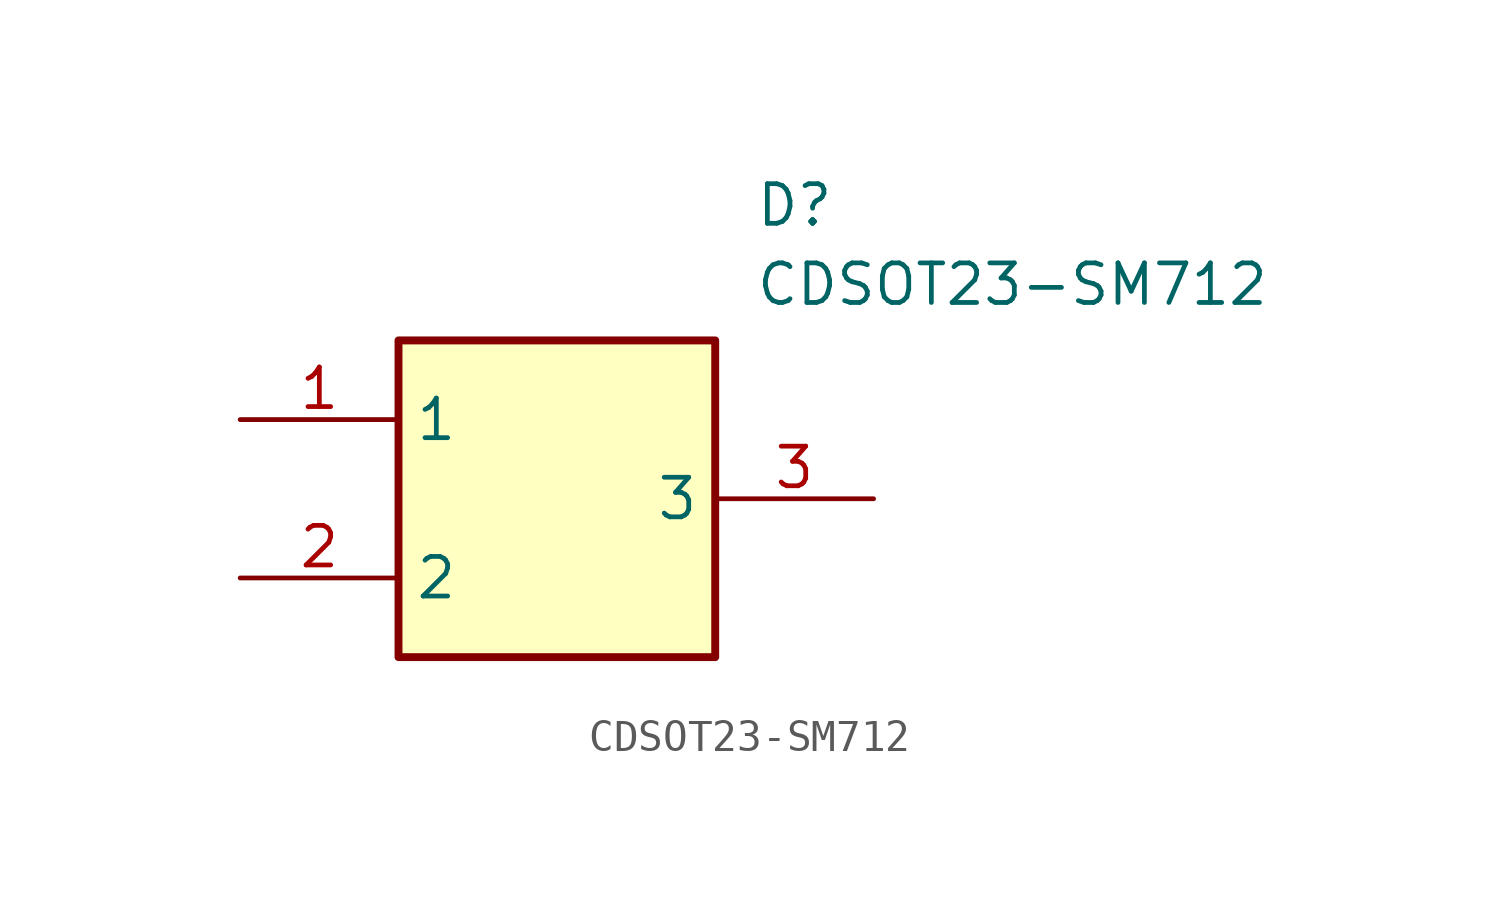
<source format=kicad_sym>
(kicad_symbol_lib
  (version 20211014)
  (generator SamacSys_ECAD_Model)
  (symbol "CDSOT23-SM712"
    (property "Reference" "D"
      (at 16.51 7.62 0)
      (effects (font (size 1.27 1.27)) (justify left top)))
    (property "Value" "CDSOT23-SM712"
      (at 16.51 5.08 0)
      (effects (font (size 1.27 1.27)) (justify left top)))
    (rectangle
      (start 5.08 2.54)
      (end 15.24 -7.62)
      (stroke (width 0.254) (type default))
      (fill (type background)))
    (pin passive line
      (at 0 0 0)
      (length 5.08)
      (name "1" (effects (font (size 1.27 1.27))))
      (number "1" (effects (font (size 1.27 1.27)))))
    (pin passive line
      (at 0 -5.08 0)
      (length 5.08)
      (name "2" (effects (font (size 1.27 1.27))))
      (number "2" (effects (font (size 1.27 1.27)))))
    (pin passive line
      (at 20.32 -2.54 180)
      (length 5.08)
      (name "3" (effects (font (size 1.27 1.27))))
      (number "3" (effects (font (size 1.27 1.27)))))))
</source>
